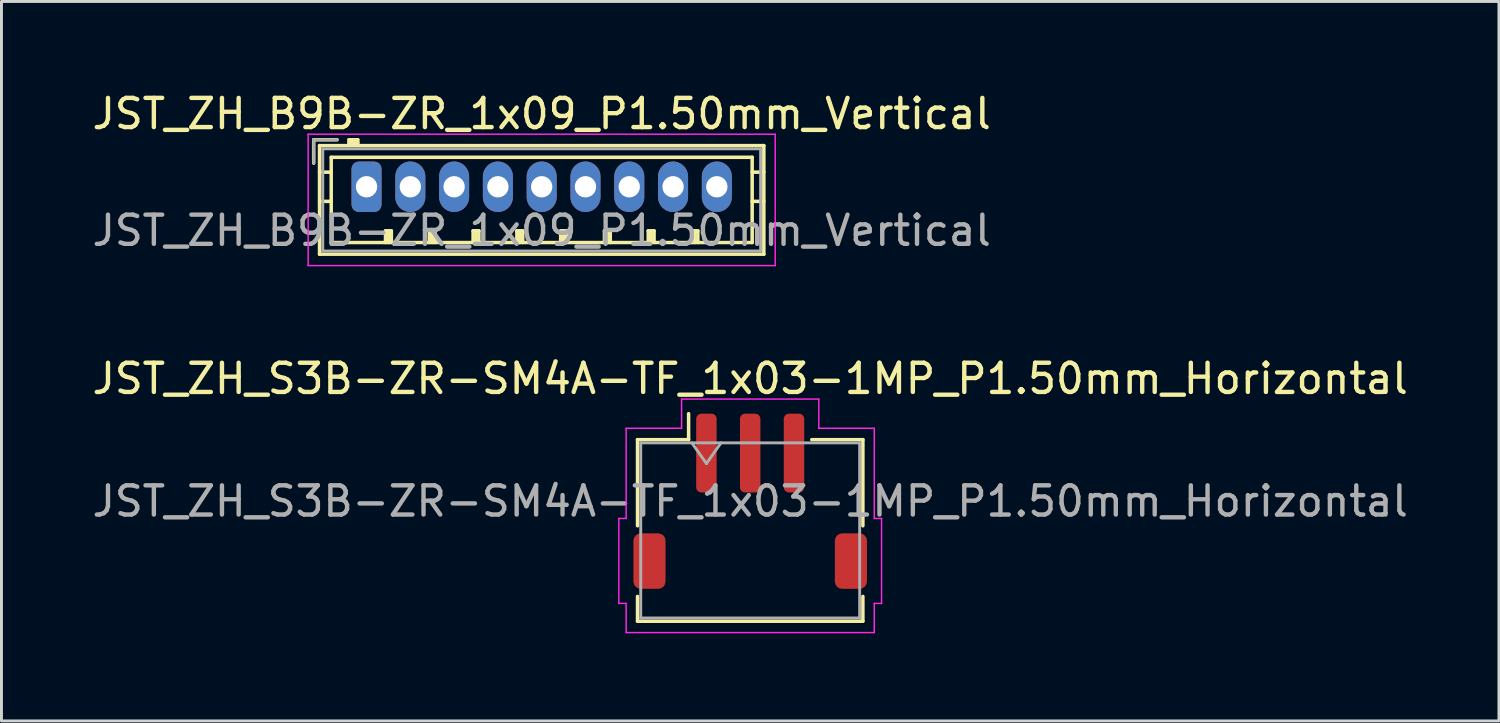
<source format=kicad_pcb>
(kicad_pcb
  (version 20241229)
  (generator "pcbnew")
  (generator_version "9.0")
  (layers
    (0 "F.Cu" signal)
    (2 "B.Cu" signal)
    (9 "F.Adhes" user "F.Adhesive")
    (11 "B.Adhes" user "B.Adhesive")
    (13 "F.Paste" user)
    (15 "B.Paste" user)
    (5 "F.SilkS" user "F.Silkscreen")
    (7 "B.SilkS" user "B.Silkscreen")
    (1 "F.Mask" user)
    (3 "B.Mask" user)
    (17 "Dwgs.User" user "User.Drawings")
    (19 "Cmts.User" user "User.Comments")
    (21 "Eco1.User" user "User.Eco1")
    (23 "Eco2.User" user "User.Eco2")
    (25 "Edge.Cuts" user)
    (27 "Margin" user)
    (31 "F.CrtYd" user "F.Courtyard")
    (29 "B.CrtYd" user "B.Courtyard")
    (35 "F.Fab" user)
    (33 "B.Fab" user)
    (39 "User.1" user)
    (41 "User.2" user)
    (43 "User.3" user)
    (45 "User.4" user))
  (footprint "JST_ZH_S3B-ZR-SM4A-TF_1x03-1MP_P1.50mm_Horizontal"
    (layer "F.Cu")
    (at 22.649 14.121)
    (property "Reference" "JST_ZH_S3B-ZR-SM4A-TF_1x03-1MP_P1.50mm_Horizontal" (at 0 -4.2 0) (layer "F.SilkS") (effects (font (size 1 1) (thickness 0.15))))
    (attr smd)
    (fp_line (start -3.86 -2.11) (end -2.11 -2.11) (stroke (width 0.12) (type solid)) (layer "F.SilkS"))
    (fp_line (start -3.86 0.84) (end -3.86 -2.11) (stroke (width 0.12) (type solid)) (layer "F.SilkS"))
    (fp_line (start -3.86 3.26) (end -3.86 4.11) (stroke (width 0.12) (type solid)) (layer "F.SilkS"))
    (fp_line (start -3.86 4.11) (end 3.86 4.11) (stroke (width 0.12) (type solid)) (layer "F.SilkS"))
    (fp_line (start -2.11 -2.11) (end -2.11 -3) (stroke (width 0.12) (type solid)) (layer "F.SilkS"))
    (fp_line (start 3.86 -2.11) (end 2.11 -2.11) (stroke (width 0.12) (type solid)) (layer "F.SilkS"))
    (fp_line (start 3.86 0.84) (end 3.86 -2.11) (stroke (width 0.12) (type solid)) (layer "F.SilkS"))
    (fp_line (start 3.86 4.11) (end 3.86 3.26) (stroke (width 0.12) (type solid)) (layer "F.SilkS"))
    (fp_line (start -4.5 0.59) (end -4.25 0.59) (stroke (width 0.05) (type solid)) (layer "F.CrtYd"))
    (fp_line (start -4.5 3.5) (end -4.5 0.59) (stroke (width 0.05) (type solid)) (layer "F.CrtYd"))
    (fp_line (start -4.25 -2.5) (end -2.35 -2.5) (stroke (width 0.05) (type solid)) (layer "F.CrtYd"))
    (fp_line (start -4.25 0.59) (end -4.25 -2.5) (stroke (width 0.05) (type solid)) (layer "F.CrtYd"))
    (fp_line (start -4.25 3.5) (end -4.5 3.5) (stroke (width 0.05) (type solid)) (layer "F.CrtYd"))
    (fp_line (start -4.25 4.5) (end -4.25 3.5) (stroke (width 0.05) (type solid)) (layer "F.CrtYd"))
    (fp_line (start -2.35 -3.5) (end 2.35 -3.5) (stroke (width 0.05) (type solid)) (layer "F.CrtYd"))
    (fp_line (start -2.35 -2.5) (end -2.35 -3.5) (stroke (width 0.05) (type solid)) (layer "F.CrtYd"))
    (fp_line (start 2.35 -3.5) (end 2.35 -2.5) (stroke (width 0.05) (type solid)) (layer "F.CrtYd"))
    (fp_line (start 2.35 -2.5) (end 4.25 -2.5) (stroke (width 0.05) (type solid)) (layer "F.CrtYd"))
    (fp_line (start 4.25 -2.5) (end 4.25 0.59) (stroke (width 0.05) (type solid)) (layer "F.CrtYd"))
    (fp_line (start 4.25 0.59) (end 4.5 0.59) (stroke (width 0.05) (type solid)) (layer "F.CrtYd"))
    (fp_line (start 4.25 3.5) (end 4.25 4.5) (stroke (width 0.05) (type solid)) (layer "F.CrtYd"))
    (fp_line (start 4.25 4.5) (end -4.25 4.5) (stroke (width 0.05) (type solid)) (layer "F.CrtYd"))
    (fp_line (start 4.5 0.59) (end 4.5 3.5) (stroke (width 0.05) (type solid)) (layer "F.CrtYd"))
    (fp_line (start 4.5 3.5) (end 4.25 3.5) (stroke (width 0.05) (type solid)) (layer "F.CrtYd"))
    (fp_line (start -3.75 -2) (end -3.75 4) (stroke (width 0.1) (type solid)) (layer "F.Fab"))
    (fp_line (start -3.75 -2) (end 3.75 -2) (stroke (width 0.1) (type solid)) (layer "F.Fab"))
    (fp_line (start -3.75 4) (end 3.75 4) (stroke (width 0.1) (type solid)) (layer "F.Fab"))
    (fp_line (start -2 -2) (end -1.5 -1.293) (stroke (width 0.1) (type solid)) (layer "F.Fab"))
    (fp_line (start -1.5 -1.293) (end -1 -2) (stroke (width 0.1) (type solid)) (layer "F.Fab"))
    (fp_line (start 3.75 -2) (end 3.75 4) (stroke (width 0.1) (type solid)) (layer "F.Fab"))
    (fp_text user "${REFERENCE}" (at 0 0 0) (layer "F.Fab") (effects (font (size 1 1) (thickness 0.15))))
    (pad "1" smd roundrect (at -1.5 -1.65) (size 0.7 2.7) (layers "F.Cu" "F.Mask" "F.Paste") (roundrect_rratio 0.25))
    (pad "2" smd roundrect (at 0 -1.65) (size 0.7 2.7) (layers "F.Cu" "F.Mask" "F.Paste") (roundrect_rratio 0.25))
    (pad "3" smd roundrect (at 1.5 -1.65) (size 0.7 2.7) (layers "F.Cu" "F.Mask" "F.Paste") (roundrect_rratio 0.25))
    (pad "MP" smd roundrect (at -3.45 2.05) (size 1.1 1.9) (layers "F.Cu" "F.Mask" "F.Paste") (roundrect_rratio 0.227))
    (pad "MP" smd roundrect (at 3.45 2.05) (size 1.1 1.9) (layers "F.Cu" "F.Mask" "F.Paste") (roundrect_rratio 0.227)))
  (footprint "JST_ZH_B9B-ZR_1x09_P1.50mm_Vertical"
    (layer "F.Cu")
    (at 9.506 3.348)
    (property "Reference" "JST_ZH_B9B-ZR_1x09_P1.50mm_Vertical" (at 6 -2.5 0) (layer "F.SilkS") (effects (font (size 1 1) (thickness 0.15))))
    (attr through_hole)
    (fp_line (start -1.81 -1.61) (end -1.81 -0.81) (stroke (width 0.12) (type solid)) (layer "F.SilkS"))
    (fp_line (start -1.61 -1.41) (end -1.61 2.31) (stroke (width 0.12) (type solid)) (layer "F.SilkS"))
    (fp_line (start -1.61 -0.5) (end -1.21 -0.5) (stroke (width 0.12) (type solid)) (layer "F.SilkS"))
    (fp_line (start -1.61 0.5) (end -1.21 0.5) (stroke (width 0.12) (type solid)) (layer "F.SilkS"))
    (fp_line (start -1.61 2.31) (end 13.61 2.31) (stroke (width 0.12) (type solid)) (layer "F.SilkS"))
    (fp_line (start -1.21 -1.01) (end -1.21 1.91) (stroke (width 0.12) (type solid)) (layer "F.SilkS"))
    (fp_line (start -1.21 1.91) (end 13.21 1.91) (stroke (width 0.12) (type solid)) (layer "F.SilkS"))
    (fp_line (start -1.01 -1.61) (end -1.81 -1.61) (stroke (width 0.12) (type solid)) (layer "F.SilkS"))
    (fp_line (start -0.6 -1.61) (end -0.6 -1.41) (stroke (width 0.12) (type solid)) (layer "F.SilkS"))
    (fp_line (start -0.3 -1.61) (end -0.6 -1.61) (stroke (width 0.12) (type solid)) (layer "F.SilkS"))
    (fp_line (start -0.3 -1.51) (end -0.6 -1.51) (stroke (width 0.12) (type solid)) (layer "F.SilkS"))
    (fp_line (start -0.3 -1.41) (end -0.3 -1.61) (stroke (width 0.12) (type solid)) (layer "F.SilkS"))
    (fp_line (start 0.65 1.51) (end 0.85 1.51) (stroke (width 0.12) (type solid)) (layer "F.SilkS"))
    (fp_line (start 0.65 1.91) (end 0.65 1.51) (stroke (width 0.12) (type solid)) (layer "F.SilkS"))
    (fp_line (start 0.75 1.91) (end 0.75 1.51) (stroke (width 0.12) (type solid)) (layer "F.SilkS"))
    (fp_line (start 0.85 1.51) (end 0.85 1.91) (stroke (width 0.12) (type solid)) (layer "F.SilkS"))
    (fp_line (start 2.15 1.51) (end 2.35 1.51) (stroke (width 0.12) (type solid)) (layer "F.SilkS"))
    (fp_line (start 2.15 1.91) (end 2.15 1.51) (stroke (width 0.12) (type solid)) (layer "F.SilkS"))
    (fp_line (start 2.25 1.91) (end 2.25 1.51) (stroke (width 0.12) (type solid)) (layer "F.SilkS"))
    (fp_line (start 2.35 1.51) (end 2.35 1.91) (stroke (width 0.12) (type solid)) (layer "F.SilkS"))
    (fp_line (start 3.65 1.51) (end 3.85 1.51) (stroke (width 0.12) (type solid)) (layer "F.SilkS"))
    (fp_line (start 3.65 1.91) (end 3.65 1.51) (stroke (width 0.12) (type solid)) (layer "F.SilkS"))
    (fp_line (start 3.75 1.91) (end 3.75 1.51) (stroke (width 0.12) (type solid)) (layer "F.SilkS"))
    (fp_line (start 3.85 1.51) (end 3.85 1.91) (stroke (width 0.12) (type solid)) (layer "F.SilkS"))
    (fp_line (start 5.15 1.51) (end 5.35 1.51) (stroke (width 0.12) (type solid)) (layer "F.SilkS"))
    (fp_line (start 5.15 1.91) (end 5.15 1.51) (stroke (width 0.12) (type solid)) (layer "F.SilkS"))
    (fp_line (start 5.25 1.91) (end 5.25 1.51) (stroke (width 0.12) (type solid)) (layer "F.SilkS"))
    (fp_line (start 5.35 1.51) (end 5.35 1.91) (stroke (width 0.12) (type solid)) (layer "F.SilkS"))
    (fp_line (start 6.65 1.51) (end 6.85 1.51) (stroke (width 0.12) (type solid)) (layer "F.SilkS"))
    (fp_line (start 6.65 1.91) (end 6.65 1.51) (stroke (width 0.12) (type solid)) (layer "F.SilkS"))
    (fp_line (start 6.75 1.91) (end 6.75 1.51) (stroke (width 0.12) (type solid)) (layer "F.SilkS"))
    (fp_line (start 6.85 1.51) (end 6.85 1.91) (stroke (width 0.12) (type solid)) (layer "F.SilkS"))
    (fp_line (start 8.15 1.51) (end 8.35 1.51) (stroke (width 0.12) (type solid)) (layer "F.SilkS"))
    (fp_line (start 8.15 1.91) (end 8.15 1.51) (stroke (width 0.12) (type solid)) (layer "F.SilkS"))
    (fp_line (start 8.25 1.91) (end 8.25 1.51) (stroke (width 0.12) (type solid)) (layer "F.SilkS"))
    (fp_line (start 8.35 1.51) (end 8.35 1.91) (stroke (width 0.12) (type solid)) (layer "F.SilkS"))
    (fp_line (start 9.65 1.51) (end 9.85 1.51) (stroke (width 0.12) (type solid)) (layer "F.SilkS"))
    (fp_line (start 9.65 1.91) (end 9.65 1.51) (stroke (width 0.12) (type solid)) (layer "F.SilkS"))
    (fp_line (start 9.75 1.91) (end 9.75 1.51) (stroke (width 0.12) (type solid)) (layer "F.SilkS"))
    (fp_line (start 9.85 1.51) (end 9.85 1.91) (stroke (width 0.12) (type solid)) (layer "F.SilkS"))
    (fp_line (start 11.15 1.51) (end 11.35 1.51) (stroke (width 0.12) (type solid)) (layer "F.SilkS"))
    (fp_line (start 11.15 1.91) (end 11.15 1.51) (stroke (width 0.12) (type solid)) (layer "F.SilkS"))
    (fp_line (start 11.25 1.91) (end 11.25 1.51) (stroke (width 0.12) (type solid)) (layer "F.SilkS"))
    (fp_line (start 11.35 1.51) (end 11.35 1.91) (stroke (width 0.12) (type solid)) (layer "F.SilkS"))
    (fp_line (start 13.21 -1.01) (end -1.21 -1.01) (stroke (width 0.12) (type solid)) (layer "F.SilkS"))
    (fp_line (start 13.21 1.91) (end 13.21 -1.01) (stroke (width 0.12) (type solid)) (layer "F.SilkS"))
    (fp_line (start 13.61 -1.41) (end -1.61 -1.41) (stroke (width 0.12) (type solid)) (layer "F.SilkS"))
    (fp_line (start 13.61 -0.5) (end 13.21 -0.5) (stroke (width 0.12) (type solid)) (layer "F.SilkS"))
    (fp_line (start 13.61 0.5) (end 13.21 0.5) (stroke (width 0.12) (type solid)) (layer "F.SilkS"))
    (fp_line (start 13.61 2.31) (end 13.61 -1.41) (stroke (width 0.12) (type solid)) (layer "F.SilkS"))
    (fp_line (start -2 -1.8) (end -2 2.7) (stroke (width 0.05) (type solid)) (layer "F.CrtYd"))
    (fp_line (start -2 2.7) (end 14 2.7) (stroke (width 0.05) (type solid)) (layer "F.CrtYd"))
    (fp_line (start 14 -1.8) (end -2 -1.8) (stroke (width 0.05) (type solid)) (layer "F.CrtYd"))
    (fp_line (start 14 2.7) (end 14 -1.8) (stroke (width 0.05) (type solid)) (layer "F.CrtYd"))
    (fp_line (start -1.81 -1.61) (end -1.81 -0.81) (stroke (width 0.1) (type solid)) (layer "F.Fab"))
    (fp_line (start -1.5 -1.3) (end -1.5 2.2) (stroke (width 0.1) (type solid)) (layer "F.Fab"))
    (fp_line (start -1.5 2.2) (end 13.5 2.2) (stroke (width 0.1) (type solid)) (layer "F.Fab"))
    (fp_line (start -1.01 -1.61) (end -1.81 -1.61) (stroke (width 0.1) (type solid)) (layer "F.Fab"))
    (fp_line (start 13.5 -1.3) (end -1.5 -1.3) (stroke (width 0.1) (type solid)) (layer "F.Fab"))
    (fp_line (start 13.5 2.2) (end 13.5 -1.3) (stroke (width 0.1) (type solid)) (layer "F.Fab"))
    (fp_text user "${REFERENCE}" (at 6 1.5 0) (layer "F.Fab") (effects (font (size 1 1) (thickness 0.15))))
    (pad "1" thru_hole roundrect (at 0 0) (size 1.03 1.73) (drill 0.73) (layers "*.Cu" "*.Mask") (roundrect_rratio 0.243))
    (pad "2" thru_hole oval (at 1.5 0) (size 1.03 1.73) (drill 0.73) (layers "*.Cu" "*.Mask"))
    (pad "3" thru_hole oval (at 3 0) (size 1.03 1.73) (drill 0.73) (layers "*.Cu" "*.Mask"))
    (pad "4" thru_hole oval (at 4.5 0) (size 1.03 1.73) (drill 0.73) (layers "*.Cu" "*.Mask"))
    (pad "5" thru_hole oval (at 6 0) (size 1.03 1.73) (drill 0.73) (layers "*.Cu" "*.Mask"))
    (pad "6" thru_hole oval (at 7.5 0) (size 1.03 1.73) (drill 0.73) (layers "*.Cu" "*.Mask"))
    (pad "7" thru_hole oval (at 9 0) (size 1.03 1.73) (drill 0.73) (layers "*.Cu" "*.Mask"))
    (pad "8" thru_hole oval (at 10.5 0) (size 1.03 1.73) (drill 0.73) (layers "*.Cu" "*.Mask"))
    (pad "9" thru_hole oval (at 12 0) (size 1.03 1.73) (drill 0.73) (layers "*.Cu" "*.Mask")))
  (gr_rect
    (start -3 -3)
    (end 48.298 21.646)
    (stroke (width 0.1) (type default))
    (fill no)
    (layer "Edge.Cuts")))
</source>
